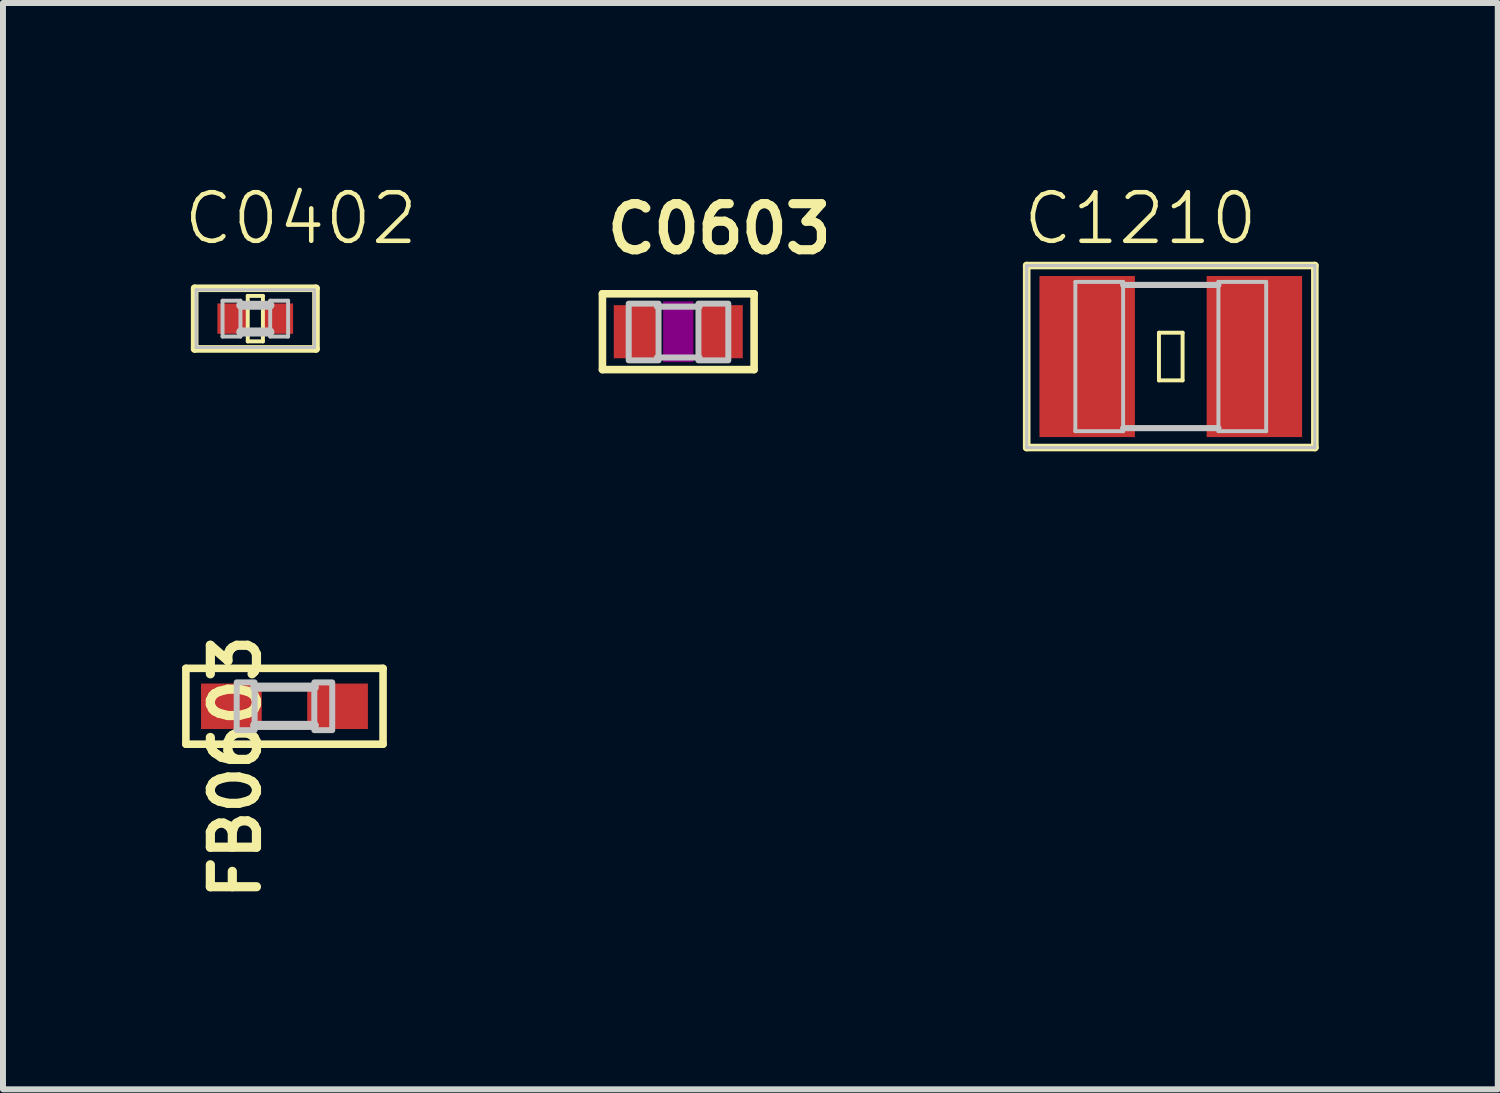
<source format=kicad_pcb>
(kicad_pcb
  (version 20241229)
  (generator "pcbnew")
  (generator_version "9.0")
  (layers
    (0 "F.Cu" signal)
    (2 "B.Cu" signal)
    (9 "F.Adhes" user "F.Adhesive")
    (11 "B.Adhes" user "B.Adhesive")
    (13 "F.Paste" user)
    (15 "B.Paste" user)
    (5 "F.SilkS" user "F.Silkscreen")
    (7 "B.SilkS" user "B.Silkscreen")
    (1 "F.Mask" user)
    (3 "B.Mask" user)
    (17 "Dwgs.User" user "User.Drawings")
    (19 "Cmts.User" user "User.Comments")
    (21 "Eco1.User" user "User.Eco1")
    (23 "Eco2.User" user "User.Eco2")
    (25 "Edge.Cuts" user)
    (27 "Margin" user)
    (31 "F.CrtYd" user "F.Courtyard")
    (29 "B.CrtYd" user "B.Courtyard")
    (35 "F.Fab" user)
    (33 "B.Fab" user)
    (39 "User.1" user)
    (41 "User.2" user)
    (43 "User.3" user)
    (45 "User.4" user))
  (footprint "C0402"
    (layer "F.Cu")
    (at 1.226 2.286)
    (property "Reference" "C0402" (at 0.762 -1.676 0) (layer "F.SilkS") (effects (font (size 0.813 0.813) (thickness 0.076))))
    (attr smd)
    (fp_line (start -1.016 -0.508) (end -1.016 0.508) (stroke (width 0.127) (type solid)) (layer "F.SilkS"))
    (fp_line (start -1.016 0.508) (end 1.016 0.508) (stroke (width 0.127) (type solid)) (layer "F.SilkS"))
    (fp_line (start -0.127 -0.381) (end 0.127 -0.381) (stroke (width 0.066) (type solid)) (layer "F.SilkS"))
    (fp_line (start -0.127 0.381) (end -0.127 -0.381) (stroke (width 0.066) (type solid)) (layer "F.SilkS"))
    (fp_line (start -0.127 0.381) (end 0.127 0.381) (stroke (width 0.066) (type solid)) (layer "F.SilkS"))
    (fp_line (start 0.127 0.381) (end 0.127 -0.381) (stroke (width 0.066) (type solid)) (layer "F.SilkS"))
    (fp_line (start 1.016 -0.508) (end -1.016 -0.508) (stroke (width 0.127) (type solid)) (layer "F.SilkS"))
    (fp_line (start 1.016 0.508) (end 1.016 -0.508) (stroke (width 0.127) (type solid)) (layer "F.SilkS"))
    (fp_line (start -0.991 -0.483) (end 0.991 -0.483) (stroke (width 0.051) (type solid)) (layer "Dwgs.User"))
    (fp_line (start -0.991 0.483) (end -0.991 -0.483) (stroke (width 0.051) (type solid)) (layer "Dwgs.User"))
    (fp_line (start -0.549 -0.3) (end -0.249 -0.3) (stroke (width 0.066) (type solid)) (layer "Dwgs.User"))
    (fp_line (start -0.549 0.3) (end -0.549 -0.3) (stroke (width 0.066) (type solid)) (layer "Dwgs.User"))
    (fp_line (start -0.549 0.3) (end -0.249 0.3) (stroke (width 0.066) (type solid)) (layer "Dwgs.User"))
    (fp_line (start -0.249 0.3) (end -0.249 -0.3) (stroke (width 0.066) (type solid)) (layer "Dwgs.User"))
    (fp_line (start -0.244 -0.224) (end 0.244 -0.224) (stroke (width 0.15) (type solid)) (layer "Dwgs.User"))
    (fp_line (start 0.244 0.224) (end -0.244 0.224) (stroke (width 0.152) (type solid)) (layer "Dwgs.User"))
    (fp_line (start 0.249 -0.3) (end 0.549 -0.3) (stroke (width 0.066) (type solid)) (layer "Dwgs.User"))
    (fp_line (start 0.249 0.3) (end 0.249 -0.3) (stroke (width 0.066) (type solid)) (layer "Dwgs.User"))
    (fp_line (start 0.249 0.3) (end 0.549 0.3) (stroke (width 0.066) (type solid)) (layer "Dwgs.User"))
    (fp_line (start 0.549 0.3) (end 0.549 -0.3) (stroke (width 0.066) (type solid)) (layer "Dwgs.User"))
    (fp_line (start 0.991 -0.483) (end 0.991 0.483) (stroke (width 0.051) (type solid)) (layer "Dwgs.User"))
    (fp_line (start 0.991 0.483) (end -0.991 0.483) (stroke (width 0.051) (type solid)) (layer "Dwgs.User"))
    (pad "1" smd rect (at -0.381 0) (size 0.508 0.508) (layers "F.Cu" "F.Mask" "F.Paste"))
    (pad "2" smd rect (at 0.378 0) (size 0.508 0.508) (layers "F.Cu" "F.Mask" "F.Paste")))
  (footprint "C0603"
    (layer "F.Cu")
    (at 8.309 2.505)
    (property "Reference" "C0603" (at -1.27 -1.27 0) (layer "F.SilkS") (effects (font (size 0.772 0.772) (thickness 0.154)) (justify left bottom)))
    (attr through_hole)
    (fp_line (start -1.27 -0.635) (end 1.27 -0.635) (stroke (width 0.127) (type solid)) (layer "F.SilkS"))
    (fp_line (start -1.27 0.635) (end -1.27 -0.635) (stroke (width 0.127) (type solid)) (layer "F.SilkS"))
    (fp_line (start 1.27 -0.635) (end 1.27 0.635) (stroke (width 0.127) (type solid)) (layer "F.SilkS"))
    (fp_line (start 1.27 0.635) (end -1.27 0.635) (stroke (width 0.127) (type solid)) (layer "F.SilkS"))
    (fp_poly (pts (xy -0.254 0.508) (xy 0.254 0.508) (xy 0.254 -0.508) (xy -0.254 -0.508)) (stroke (width 0) (type solid)) (fill yes) (layer "F.Adhes"))
    (fp_line (start 0.356 -0.419) (end -0.356 -0.419) (stroke (width 0.102) (type solid)) (layer "Dwgs.User"))
    (fp_line (start 0.356 0.432) (end -0.356 0.432) (stroke (width 0.102) (type solid)) (layer "Dwgs.User"))
    (fp_poly (pts (xy -0.83 0.48) (xy -0.33 0.48) (xy -0.33 -0.47) (xy -0.83 -0.47)) (stroke (width 0.1) (type solid)) (fill no) (layer "Dwgs.User"))
    (fp_poly (pts (xy 0.338 0.48) (xy 0.838 0.48) (xy 0.838 -0.47) (xy 0.338 -0.47)) (stroke (width 0.1) (type solid)) (fill no) (layer "Dwgs.User"))
    (pad "1" smd rect (at -0.699 0 90) (size 0.889 0.762) (layers "F.Cu" "F.Mask" "F.Paste"))
    (pad "2" smd rect (at 0.699 0 90) (size 0.889 0.762) (layers "F.Cu" "F.Mask" "F.Paste")))
  (footprint "C1210"
    (layer "F.Cu")
    (at 16.557 2.921)
    (property "Reference" "C1210" (at -0.508 -2.311 0) (layer "F.SilkS") (effects (font (size 0.813 0.813) (thickness 0.076))))
    (attr smd)
    (fp_line (start -2.413 -1.524) (end 2.413 -1.524) (stroke (width 0.127) (type solid)) (layer "F.SilkS"))
    (fp_line (start -2.413 1.524) (end -2.413 -1.524) (stroke (width 0.127) (type solid)) (layer "F.SilkS"))
    (fp_line (start -0.198 -0.399) (end 0.198 -0.399) (stroke (width 0.066) (type solid)) (layer "F.SilkS"))
    (fp_line (start -0.198 0.399) (end -0.198 -0.399) (stroke (width 0.066) (type solid)) (layer "F.SilkS"))
    (fp_line (start -0.198 0.399) (end 0.198 0.399) (stroke (width 0.066) (type solid)) (layer "F.SilkS"))
    (fp_line (start 0.198 0.399) (end 0.198 -0.399) (stroke (width 0.066) (type solid)) (layer "F.SilkS"))
    (fp_line (start 2.413 -1.524) (end 2.413 1.524) (stroke (width 0.127) (type solid)) (layer "F.SilkS"))
    (fp_line (start 2.413 1.524) (end -2.413 1.524) (stroke (width 0.127) (type solid)) (layer "F.SilkS"))
    (fp_line (start -2.413 -1.524) (end 2.413 -1.524) (stroke (width 0.051) (type solid)) (layer "Dwgs.User"))
    (fp_line (start -2.413 1.524) (end -2.413 -1.524) (stroke (width 0.051) (type solid)) (layer "Dwgs.User"))
    (fp_line (start -1.598 -1.25) (end -0.798 -1.25) (stroke (width 0.066) (type solid)) (layer "Dwgs.User"))
    (fp_line (start -1.598 1.25) (end -1.598 -1.25) (stroke (width 0.066) (type solid)) (layer "Dwgs.User"))
    (fp_line (start -1.598 1.25) (end -0.798 1.25) (stroke (width 0.066) (type solid)) (layer "Dwgs.User"))
    (fp_line (start -0.798 -1.199) (end 0.798 -1.199) (stroke (width 0.102) (type solid)) (layer "Dwgs.User"))
    (fp_line (start -0.798 1.199) (end 0.798 1.199) (stroke (width 0.102) (type solid)) (layer "Dwgs.User"))
    (fp_line (start -0.798 1.25) (end -0.798 -1.25) (stroke (width 0.066) (type solid)) (layer "Dwgs.User"))
    (fp_line (start 0.798 -1.25) (end 1.598 -1.25) (stroke (width 0.066) (type solid)) (layer "Dwgs.User"))
    (fp_line (start 0.798 1.25) (end 0.798 -1.25) (stroke (width 0.066) (type solid)) (layer "Dwgs.User"))
    (fp_line (start 0.798 1.25) (end 1.598 1.25) (stroke (width 0.066) (type solid)) (layer "Dwgs.User"))
    (fp_line (start 1.598 1.25) (end 1.598 -1.25) (stroke (width 0.066) (type solid)) (layer "Dwgs.User"))
    (fp_line (start 2.413 -1.524) (end 2.413 1.524) (stroke (width 0.051) (type solid)) (layer "Dwgs.User"))
    (fp_line (start 2.413 1.524) (end -2.413 1.524) (stroke (width 0.051) (type solid)) (layer "Dwgs.User"))
    (pad "1" smd rect (at -1.4 0) (size 1.598 2.697) (layers "F.Cu" "F.Mask" "F.Paste"))
    (pad "2" smd rect (at 1.4 0) (size 1.598 2.697) (layers "F.Cu" "F.Mask" "F.Paste")))
  (footprint "FB0603"
    (layer "F.Cu")
    (at 1.714 8.778)
    (property "Reference" "FB0603" (at -1.27 -1.27 90) (layer "F.SilkS") (effects (font (size 0.772 0.772) (thickness 0.154)) (justify right top)))
    (attr through_hole)
    (fp_line (start -1.651 -0.635) (end -1.651 0.635) (stroke (width 0.127) (type solid)) (layer "F.SilkS"))
    (fp_line (start -1.651 0.635) (end 1.651 0.635) (stroke (width 0.127) (type solid)) (layer "F.SilkS"))
    (fp_line (start 1.651 -0.635) (end -1.651 -0.635) (stroke (width 0.127) (type solid)) (layer "F.SilkS"))
    (fp_line (start 1.651 0.635) (end 1.651 -0.635) (stroke (width 0.127) (type solid)) (layer "F.SilkS"))
    (fp_line (start -0.5 -0.32) (end 0.5 -0.32) (stroke (width 0.152) (type solid)) (layer "Dwgs.User"))
    (fp_line (start -0.5 0.32) (end 0.5 0.32) (stroke (width 0.152) (type solid)) (layer "Dwgs.User"))
    (fp_poly (pts (xy -0.8 0.4) (xy -0.5 0.4) (xy -0.5 -0.4) (xy -0.8 -0.4)) (stroke (width 0.1) (type solid)) (fill no) (layer "Dwgs.User"))
    (fp_poly (pts (xy 0.5 0.4) (xy 0.8 0.4) (xy 0.8 -0.4) (xy 0.5 -0.4)) (stroke (width 0.1) (type solid)) (fill no) (layer "Dwgs.User"))
    (pad "1" smd rect (at -0.889 0) (size 1.016 0.762) (layers "F.Cu" "F.Mask" "F.Paste"))
    (pad "2" smd rect (at 0.889 0) (size 1.016 0.762) (layers "F.Cu" "F.Mask" "F.Paste")))
  (gr_rect
    (start -3 -3)
    (end 22.033 15.193)
    (stroke (width 0.1) (type default))
    (fill no)
    (layer "Edge.Cuts")))
</source>
